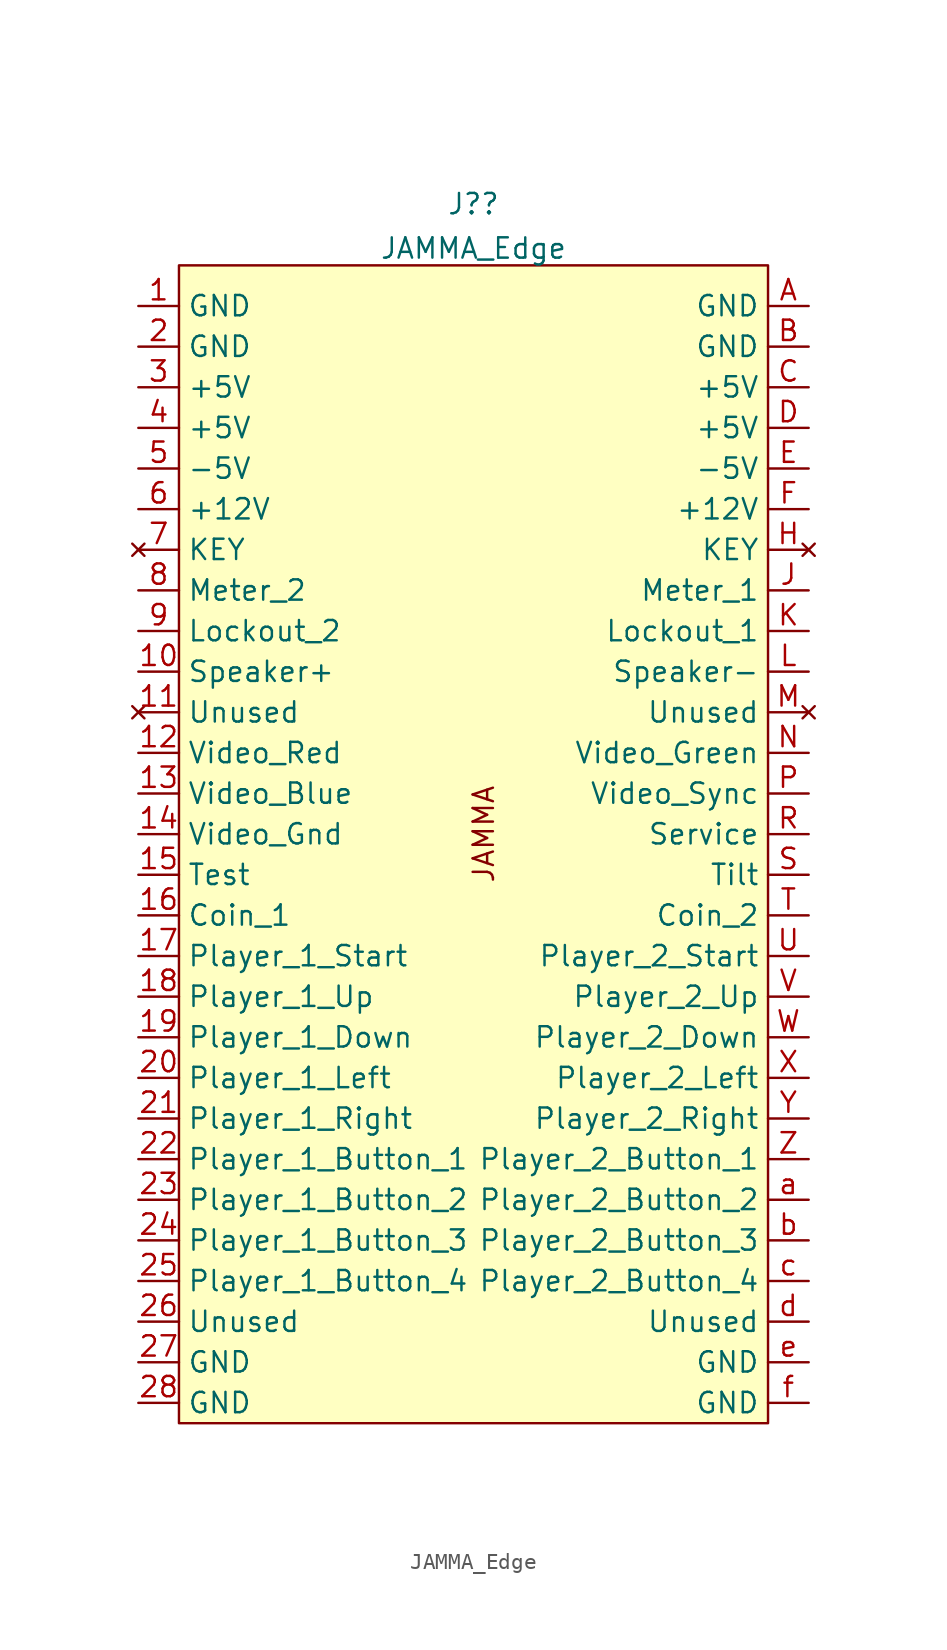
<source format=kicad_sym>
(kicad_symbol_lib
  (version 20211014)
  (generator kicad_symbol_editor)
  (symbol "JAMMA_Edge"
    (property "Reference" "J?"
      (at 18.415 3.84 0)
      (effects (font (size 1.27 1.27))))
    (property "Value" "JAMMA_Edge"
      (at 18.415 1.064 0)
      (effects (font (size 1.27 1.27))))
    (symbol "JAMMA_Edge_0_0"
      (text "JAMMA" (at 19.05 -35.56 900) (effects (font (size 1.27 1.27)))))
    (symbol "JAMMA_Edge_0_1"
      (rectangle (start 0 0) (end 36.83 -72.39) (stroke (width 0) (type default) (color 0 0 0 0)) (fill (type background))))
    (symbol "JAMMA_Edge_1_1"
      (pin power_out line (at -2.54 -2.54 0) (length 2.54) (name "GND" (effects (font (size 1.27 1.27)))) (number "1" (effects (font (size 1.27 1.27)))))
      (pin input line (at -2.54 -25.4 0) (length 2.54) (name "Speaker+" (effects (font (size 1.27 1.27)))) (number "10" (effects (font (size 1.27 1.27)))))
      (pin no_connect line (at -2.54 -27.94 0) (length 2.54) (name "Unused" (effects (font (size 1.27 1.27)))) (number "11" (effects (font (size 1.27 1.27)))))
      (pin input line (at -2.54 -30.48 0) (length 2.54) (name "Video_Red" (effects (font (size 1.27 1.27)))) (number "12" (effects (font (size 1.27 1.27)))))
      (pin input line (at -2.54 -33.02 0) (length 2.54) (name "Video_Blue" (effects (font (size 1.27 1.27)))) (number "13" (effects (font (size 1.27 1.27)))))
      (pin power_out line (at -2.54 -35.56 0) (length 2.54) (name "Video_Gnd" (effects (font (size 1.27 1.27)))) (number "14" (effects (font (size 1.27 1.27)))))
      (pin open_collector line (at -2.54 -38.1 0) (length 2.54) (name "Test" (effects (font (size 1.27 1.27)))) (number "15" (effects (font (size 1.27 1.27)))))
      (pin output line (at -2.54 -40.64 0) (length 2.54) (name "Coin_1" (effects (font (size 1.27 1.27)))) (number "16" (effects (font (size 1.27 1.27)))))
      (pin output line (at -2.54 -43.18 0) (length 2.54) (name "Player_1_Start" (effects (font (size 1.27 1.27)))) (number "17" (effects (font (size 1.27 1.27)))))
      (pin output line (at -2.54 -45.72 0) (length 2.54) (name "Player_1_Up" (effects (font (size 1.27 1.27)))) (number "18" (effects (font (size 1.27 1.27)))))
      (pin output line (at -2.54 -48.26 0) (length 2.54) (name "Player_1_Down" (effects (font (size 1.27 1.27)))) (number "19" (effects (font (size 1.27 1.27)))))
      (pin passive line (at -2.54 -5.08 0) (length 2.54) (name "GND" (effects (font (size 1.27 1.27)))) (number "2" (effects (font (size 1.27 1.27)))))
      (pin output line (at -2.54 -50.8 0) (length 2.54) (name "Player_1_Left" (effects (font (size 1.27 1.27)))) (number "20" (effects (font (size 1.27 1.27)))))
      (pin output line (at -2.54 -53.34 0) (length 2.54) (name "Player_1_Right" (effects (font (size 1.27 1.27)))) (number "21" (effects (font (size 1.27 1.27)))))
      (pin output line (at -2.54 -55.88 0) (length 2.54) (name "Player_1_Button_1" (effects (font (size 1.27 1.27)))) (number "22" (effects (font (size 1.27 1.27)))))
      (pin output line (at -2.54 -58.42 0) (length 2.54) (name "Player_1_Button_2" (effects (font (size 1.27 1.27)))) (number "23" (effects (font (size 1.27 1.27)))))
      (pin output line (at -2.54 -60.96 0) (length 2.54) (name "Player_1_Button_3" (effects (font (size 1.27 1.27)))) (number "24" (effects (font (size 1.27 1.27)))))
      (pin output line (at -2.54 -63.5 0) (length 2.54) (name "Player_1_Button_4" (effects (font (size 1.27 1.27)))) (number "25" (effects (font (size 1.27 1.27)))))
      (pin passive line (at -2.54 -66.04 0) (length 2.54) (name "Unused" (effects (font (size 1.27 1.27)))) (number "26" (effects (font (size 1.27 1.27)))))
      (pin passive line (at -2.54 -68.58 0) (length 2.54) (name "GND" (effects (font (size 1.27 1.27)))) (number "27" (effects (font (size 1.27 1.27)))))
      (pin passive line (at -2.54 -71.12 0) (length 2.54) (name "GND" (effects (font (size 1.27 1.27)))) (number "28" (effects (font (size 1.27 1.27)))))
      (pin power_out line (at -2.54 -7.62 0) (length 2.54) (name "+5V" (effects (font (size 1.27 1.27)))) (number "3" (effects (font (size 1.27 1.27)))))
      (pin passive line (at -2.54 -10.16 0) (length 2.54) (name "+5V" (effects (font (size 1.27 1.27)))) (number "4" (effects (font (size 1.27 1.27)))))
      (pin power_out line (at -2.54 -12.7 0) (length 2.54) (name "-5V" (effects (font (size 1.27 1.27)))) (number "5" (effects (font (size 1.27 1.27)))))
      (pin power_out line (at -2.54 -15.24 0) (length 2.54) (name "+12V" (effects (font (size 1.27 1.27)))) (number "6" (effects (font (size 1.27 1.27)))))
      (pin no_connect line (at -2.54 -17.78 0) (length 2.54) (name "KEY" (effects (font (size 1.27 1.27)))) (number "7" (effects (font (size 1.27 1.27)))))
      (pin open_collector line (at -2.54 -20.32 0) (length 2.54) (name "Meter_2" (effects (font (size 1.27 1.27)))) (number "8" (effects (font (size 1.27 1.27)))))
      (pin open_collector line (at -2.54 -22.86 0) (length 2.54) (name "Lockout_2" (effects (font (size 1.27 1.27)))) (number "9" (effects (font (size 1.27 1.27)))))
      (pin passive line (at 39.37 -2.54 180) (length 2.54) (name "GND" (effects (font (size 1.27 1.27)))) (number "A" (effects (font (size 1.27 1.27)))))
      (pin passive line (at 39.37 -5.08 180) (length 2.54) (name "GND" (effects (font (size 1.27 1.27)))) (number "B" (effects (font (size 1.27 1.27)))))
      (pin passive line (at 39.37 -7.62 180) (length 2.54) (name "+5V" (effects (font (size 1.27 1.27)))) (number "C" (effects (font (size 1.27 1.27)))))
      (pin passive line (at 39.37 -10.16 180) (length 2.54) (name "+5V" (effects (font (size 1.27 1.27)))) (number "D" (effects (font (size 1.27 1.27)))))
      (pin passive line (at 39.37 -12.7 180) (length 2.54) (name "-5V" (effects (font (size 1.27 1.27)))) (number "E" (effects (font (size 1.27 1.27)))))
      (pin passive line (at 39.37 -15.24 180) (length 2.54) (name "+12V" (effects (font (size 1.27 1.27)))) (number "F" (effects (font (size 1.27 1.27)))))
      (pin no_connect line (at 39.37 -17.78 180) (length 2.54) (name "KEY" (effects (font (size 1.27 1.27)))) (number "H" (effects (font (size 1.27 1.27)))))
      (pin open_collector line (at 39.37 -20.32 180) (length 2.54) (name "Meter_1" (effects (font (size 1.27 1.27)))) (number "J" (effects (font (size 1.27 1.27)))))
      (pin open_collector line (at 39.37 -22.86 180) (length 2.54) (name "Lockout_1" (effects (font (size 1.27 1.27)))) (number "K" (effects (font (size 1.27 1.27)))))
      (pin input line (at 39.37 -25.4 180) (length 2.54) (name "Speaker-" (effects (font (size 1.27 1.27)))) (number "L" (effects (font (size 1.27 1.27)))))
      (pin no_connect line (at 39.37 -27.94 180) (length 2.54) (name "Unused" (effects (font (size 1.27 1.27)))) (number "M" (effects (font (size 1.27 1.27)))))
      (pin input line (at 39.37 -30.48 180) (length 2.54) (name "Video_Green" (effects (font (size 1.27 1.27)))) (number "N" (effects (font (size 1.27 1.27)))))
      (pin input line (at 39.37 -33.02 180) (length 2.54) (name "Video_Sync" (effects (font (size 1.27 1.27)))) (number "P" (effects (font (size 1.27 1.27)))))
      (pin open_collector line (at 39.37 -35.56 180) (length 2.54) (name "Service" (effects (font (size 1.27 1.27)))) (number "R" (effects (font (size 1.27 1.27)))))
      (pin open_collector line (at 39.37 -38.1 180) (length 2.54) (name "Tilt" (effects (font (size 1.27 1.27)))) (number "S" (effects (font (size 1.27 1.27)))))
      (pin output line (at 39.37 -40.64 180) (length 2.54) (name "Coin_2" (effects (font (size 1.27 1.27)))) (number "T" (effects (font (size 1.27 1.27)))))
      (pin output line (at 39.37 -43.18 180) (length 2.54) (name "Player_2_Start" (effects (font (size 1.27 1.27)))) (number "U" (effects (font (size 1.27 1.27)))))
      (pin output line (at 39.37 -45.72 180) (length 2.54) (name "Player_2_Up" (effects (font (size 1.27 1.27)))) (number "V" (effects (font (size 1.27 1.27)))))
      (pin output line (at 39.37 -48.26 180) (length 2.54) (name "Player_2_Down" (effects (font (size 1.27 1.27)))) (number "W" (effects (font (size 1.27 1.27)))))
      (pin output line (at 39.37 -50.8 180) (length 2.54) (name "Player_2_Left" (effects (font (size 1.27 1.27)))) (number "X" (effects (font (size 1.27 1.27)))))
      (pin output line (at 39.37 -53.34 180) (length 2.54) (name "Player_2_Right" (effects (font (size 1.27 1.27)))) (number "Y" (effects (font (size 1.27 1.27)))))
      (pin output line (at 39.37 -55.88 180) (length 2.54) (name "Player_2_Button_1" (effects (font (size 1.27 1.27)))) (number "Z" (effects (font (size 1.27 1.27)))))
      (pin output line (at 39.37 -58.42 180) (length 2.54) (name "Player_2_Button_2" (effects (font (size 1.27 1.27)))) (number "a" (effects (font (size 1.27 1.27)))))
      (pin output line (at 39.37 -60.96 180) (length 2.54) (name "Player_2_Button_3" (effects (font (size 1.27 1.27)))) (number "b" (effects (font (size 1.27 1.27)))))
      (pin output line (at 39.37 -63.5 180) (length 2.54) (name "Player_2_Button_4" (effects (font (size 1.27 1.27)))) (number "c" (effects (font (size 1.27 1.27)))))
      (pin passive line (at 39.37 -66.04 180) (length 2.54) (name "Unused" (effects (font (size 1.27 1.27)))) (number "d" (effects (font (size 1.27 1.27)))))
      (pin passive line (at 39.37 -68.58 180) (length 2.54) (name "GND" (effects (font (size 1.27 1.27)))) (number "e" (effects (font (size 1.27 1.27)))))
      (pin passive line (at 39.37 -71.12 180) (length 2.54) (name "GND" (effects (font (size 1.27 1.27)))) (number "f" (effects (font (size 1.27 1.27))))))))
</source>
